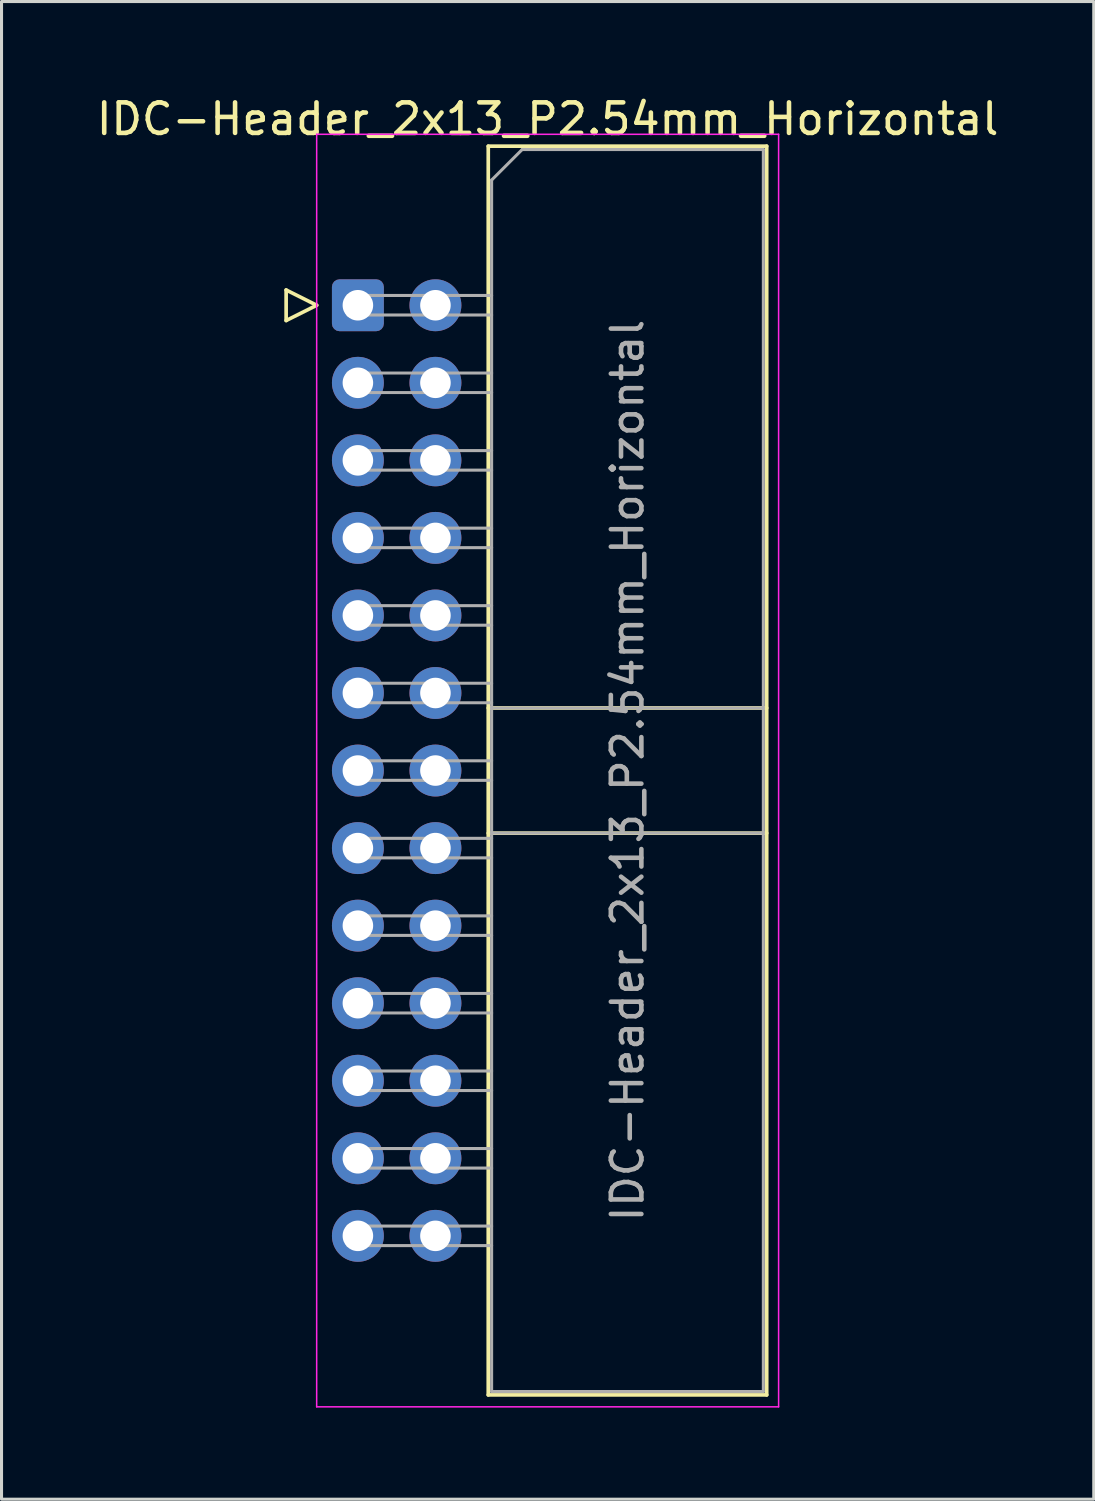
<source format=kicad_pcb>
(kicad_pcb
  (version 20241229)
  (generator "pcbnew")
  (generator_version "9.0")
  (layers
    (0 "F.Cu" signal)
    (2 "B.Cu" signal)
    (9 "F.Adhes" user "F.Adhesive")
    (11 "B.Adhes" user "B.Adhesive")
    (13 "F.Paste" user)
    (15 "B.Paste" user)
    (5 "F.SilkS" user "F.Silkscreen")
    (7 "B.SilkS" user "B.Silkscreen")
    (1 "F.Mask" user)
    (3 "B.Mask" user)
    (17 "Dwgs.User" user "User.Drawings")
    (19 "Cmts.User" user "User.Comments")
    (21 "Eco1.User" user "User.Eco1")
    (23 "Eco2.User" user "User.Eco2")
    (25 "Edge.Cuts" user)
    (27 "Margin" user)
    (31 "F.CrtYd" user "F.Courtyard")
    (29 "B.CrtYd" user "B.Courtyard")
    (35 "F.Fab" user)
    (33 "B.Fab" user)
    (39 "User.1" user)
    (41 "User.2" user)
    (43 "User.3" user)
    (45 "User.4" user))
  (footprint "IDC-Header_2x13_P2.54mm_Horizontal"
    (layer "F.Cu")
    (at 8.672 6.948)
    (property "Reference" "IDC-Header_2x13_P2.54mm_Horizontal" (at 6.215 -6.1 0) (layer "F.SilkS") (effects (font (size 1 1) (thickness 0.15))))
    (attr through_hole)
    (fp_line (start -2.35 -0.5) (end -2.35 0.5) (stroke (width 0.12) (type solid)) (layer "F.SilkS"))
    (fp_line (start -2.35 0.5) (end -1.35 0) (stroke (width 0.12) (type solid)) (layer "F.SilkS"))
    (fp_line (start -1.35 0) (end -2.35 -0.5) (stroke (width 0.12) (type solid)) (layer "F.SilkS"))
    (fp_line (start 4.27 -5.21) (end 13.39 -5.21) (stroke (width 0.12) (type solid)) (layer "F.SilkS"))
    (fp_line (start 4.27 13.19) (end 13.39 13.19) (stroke (width 0.12) (type solid)) (layer "F.SilkS"))
    (fp_line (start 4.27 17.29) (end 13.39 17.29) (stroke (width 0.12) (type solid)) (layer "F.SilkS"))
    (fp_line (start 4.27 35.69) (end 4.27 -5.21) (stroke (width 0.12) (type solid)) (layer "F.SilkS"))
    (fp_line (start 13.39 -5.21) (end 13.39 35.69) (stroke (width 0.12) (type solid)) (layer "F.SilkS"))
    (fp_line (start 13.39 35.69) (end 4.27 35.69) (stroke (width 0.12) (type solid)) (layer "F.SilkS"))
    (fp_line (start -1.35 -5.6) (end -1.35 36.08) (stroke (width 0.05) (type solid)) (layer "F.CrtYd"))
    (fp_line (start -1.35 36.08) (end 13.78 36.08) (stroke (width 0.05) (type solid)) (layer "F.CrtYd"))
    (fp_line (start 13.78 -5.6) (end -1.35 -5.6) (stroke (width 0.05) (type solid)) (layer "F.CrtYd"))
    (fp_line (start 13.78 36.08) (end 13.78 -5.6) (stroke (width 0.05) (type solid)) (layer "F.CrtYd"))
    (fp_line (start -0.32 -0.32) (end -0.32 0.32) (stroke (width 0.1) (type solid)) (layer "F.Fab"))
    (fp_line (start -0.32 0.32) (end 4.38 0.32) (stroke (width 0.1) (type solid)) (layer "F.Fab"))
    (fp_line (start -0.32 2.22) (end -0.32 2.86) (stroke (width 0.1) (type solid)) (layer "F.Fab"))
    (fp_line (start -0.32 2.86) (end 4.38 2.86) (stroke (width 0.1) (type solid)) (layer "F.Fab"))
    (fp_line (start -0.32 4.76) (end -0.32 5.4) (stroke (width 0.1) (type solid)) (layer "F.Fab"))
    (fp_line (start -0.32 5.4) (end 4.38 5.4) (stroke (width 0.1) (type solid)) (layer "F.Fab"))
    (fp_line (start -0.32 7.3) (end -0.32 7.94) (stroke (width 0.1) (type solid)) (layer "F.Fab"))
    (fp_line (start -0.32 7.94) (end 4.38 7.94) (stroke (width 0.1) (type solid)) (layer "F.Fab"))
    (fp_line (start -0.32 9.84) (end -0.32 10.48) (stroke (width 0.1) (type solid)) (layer "F.Fab"))
    (fp_line (start -0.32 10.48) (end 4.38 10.48) (stroke (width 0.1) (type solid)) (layer "F.Fab"))
    (fp_line (start -0.32 12.38) (end -0.32 13.02) (stroke (width 0.1) (type solid)) (layer "F.Fab"))
    (fp_line (start -0.32 13.02) (end 4.38 13.02) (stroke (width 0.1) (type solid)) (layer "F.Fab"))
    (fp_line (start -0.32 14.92) (end -0.32 15.56) (stroke (width 0.1) (type solid)) (layer "F.Fab"))
    (fp_line (start -0.32 15.56) (end 4.38 15.56) (stroke (width 0.1) (type solid)) (layer "F.Fab"))
    (fp_line (start -0.32 17.46) (end -0.32 18.1) (stroke (width 0.1) (type solid)) (layer "F.Fab"))
    (fp_line (start -0.32 18.1) (end 4.38 18.1) (stroke (width 0.1) (type solid)) (layer "F.Fab"))
    (fp_line (start -0.32 20) (end -0.32 20.64) (stroke (width 0.1) (type solid)) (layer "F.Fab"))
    (fp_line (start -0.32 20.64) (end 4.38 20.64) (stroke (width 0.1) (type solid)) (layer "F.Fab"))
    (fp_line (start -0.32 22.54) (end -0.32 23.18) (stroke (width 0.1) (type solid)) (layer "F.Fab"))
    (fp_line (start -0.32 23.18) (end 4.38 23.18) (stroke (width 0.1) (type solid)) (layer "F.Fab"))
    (fp_line (start -0.32 25.08) (end -0.32 25.72) (stroke (width 0.1) (type solid)) (layer "F.Fab"))
    (fp_line (start -0.32 25.72) (end 4.38 25.72) (stroke (width 0.1) (type solid)) (layer "F.Fab"))
    (fp_line (start -0.32 27.62) (end -0.32 28.26) (stroke (width 0.1) (type solid)) (layer "F.Fab"))
    (fp_line (start -0.32 28.26) (end 4.38 28.26) (stroke (width 0.1) (type solid)) (layer "F.Fab"))
    (fp_line (start -0.32 30.16) (end -0.32 30.8) (stroke (width 0.1) (type solid)) (layer "F.Fab"))
    (fp_line (start -0.32 30.8) (end 4.38 30.8) (stroke (width 0.1) (type solid)) (layer "F.Fab"))
    (fp_line (start 4.38 -4.1) (end 5.38 -5.1) (stroke (width 0.1) (type solid)) (layer "F.Fab"))
    (fp_line (start 4.38 -0.32) (end -0.32 -0.32) (stroke (width 0.1) (type solid)) (layer "F.Fab"))
    (fp_line (start 4.38 2.22) (end -0.32 2.22) (stroke (width 0.1) (type solid)) (layer "F.Fab"))
    (fp_line (start 4.38 4.76) (end -0.32 4.76) (stroke (width 0.1) (type solid)) (layer "F.Fab"))
    (fp_line (start 4.38 7.3) (end -0.32 7.3) (stroke (width 0.1) (type solid)) (layer "F.Fab"))
    (fp_line (start 4.38 9.84) (end -0.32 9.84) (stroke (width 0.1) (type solid)) (layer "F.Fab"))
    (fp_line (start 4.38 12.38) (end -0.32 12.38) (stroke (width 0.1) (type solid)) (layer "F.Fab"))
    (fp_line (start 4.38 13.19) (end 13.28 13.19) (stroke (width 0.1) (type solid)) (layer "F.Fab"))
    (fp_line (start 4.38 14.92) (end -0.32 14.92) (stroke (width 0.1) (type solid)) (layer "F.Fab"))
    (fp_line (start 4.38 17.29) (end 13.28 17.29) (stroke (width 0.1) (type solid)) (layer "F.Fab"))
    (fp_line (start 4.38 17.46) (end -0.32 17.46) (stroke (width 0.1) (type solid)) (layer "F.Fab"))
    (fp_line (start 4.38 20) (end -0.32 20) (stroke (width 0.1) (type solid)) (layer "F.Fab"))
    (fp_line (start 4.38 22.54) (end -0.32 22.54) (stroke (width 0.1) (type solid)) (layer "F.Fab"))
    (fp_line (start 4.38 25.08) (end -0.32 25.08) (stroke (width 0.1) (type solid)) (layer "F.Fab"))
    (fp_line (start 4.38 27.62) (end -0.32 27.62) (stroke (width 0.1) (type solid)) (layer "F.Fab"))
    (fp_line (start 4.38 30.16) (end -0.32 30.16) (stroke (width 0.1) (type solid)) (layer "F.Fab"))
    (fp_line (start 4.38 35.58) (end 4.38 -4.1) (stroke (width 0.1) (type solid)) (layer "F.Fab"))
    (fp_line (start 5.38 -5.1) (end 13.28 -5.1) (stroke (width 0.1) (type solid)) (layer "F.Fab"))
    (fp_line (start 13.28 -5.1) (end 13.28 35.58) (stroke (width 0.1) (type solid)) (layer "F.Fab"))
    (fp_line (start 13.28 35.58) (end 4.38 35.58) (stroke (width 0.1) (type solid)) (layer "F.Fab"))
    (fp_text user "${REFERENCE}" (at 8.83 15.24 90) (layer "F.Fab") (effects (font (size 1 1) (thickness 0.15))))
    (pad "1" thru_hole roundrect (at 0 0) (size 1.7 1.7) (drill 1) (layers "*.Cu" "*.Mask") (roundrect_rratio 0.147))
    (pad "2" thru_hole circle (at 2.54 0) (size 1.7 1.7) (drill 1) (layers "*.Cu" "*.Mask"))
    (pad "3" thru_hole circle (at 0 2.54) (size 1.7 1.7) (drill 1) (layers "*.Cu" "*.Mask"))
    (pad "4" thru_hole circle (at 2.54 2.54) (size 1.7 1.7) (drill 1) (layers "*.Cu" "*.Mask"))
    (pad "5" thru_hole circle (at 0 5.08) (size 1.7 1.7) (drill 1) (layers "*.Cu" "*.Mask"))
    (pad "6" thru_hole circle (at 2.54 5.08) (size 1.7 1.7) (drill 1) (layers "*.Cu" "*.Mask"))
    (pad "7" thru_hole circle (at 0 7.62) (size 1.7 1.7) (drill 1) (layers "*.Cu" "*.Mask"))
    (pad "8" thru_hole circle (at 2.54 7.62) (size 1.7 1.7) (drill 1) (layers "*.Cu" "*.Mask"))
    (pad "9" thru_hole circle (at 0 10.16) (size 1.7 1.7) (drill 1) (layers "*.Cu" "*.Mask"))
    (pad "10" thru_hole circle (at 2.54 10.16) (size 1.7 1.7) (drill 1) (layers "*.Cu" "*.Mask"))
    (pad "11" thru_hole circle (at 0 12.7) (size 1.7 1.7) (drill 1) (layers "*.Cu" "*.Mask"))
    (pad "12" thru_hole circle (at 2.54 12.7) (size 1.7 1.7) (drill 1) (layers "*.Cu" "*.Mask"))
    (pad "13" thru_hole circle (at 0 15.24) (size 1.7 1.7) (drill 1) (layers "*.Cu" "*.Mask"))
    (pad "14" thru_hole circle (at 2.54 15.24) (size 1.7 1.7) (drill 1) (layers "*.Cu" "*.Mask"))
    (pad "15" thru_hole circle (at 0 17.78) (size 1.7 1.7) (drill 1) (layers "*.Cu" "*.Mask"))
    (pad "16" thru_hole circle (at 2.54 17.78) (size 1.7 1.7) (drill 1) (layers "*.Cu" "*.Mask"))
    (pad "17" thru_hole circle (at 0 20.32) (size 1.7 1.7) (drill 1) (layers "*.Cu" "*.Mask"))
    (pad "18" thru_hole circle (at 2.54 20.32) (size 1.7 1.7) (drill 1) (layers "*.Cu" "*.Mask"))
    (pad "19" thru_hole circle (at 0 22.86) (size 1.7 1.7) (drill 1) (layers "*.Cu" "*.Mask"))
    (pad "20" thru_hole circle (at 2.54 22.86) (size 1.7 1.7) (drill 1) (layers "*.Cu" "*.Mask"))
    (pad "21" thru_hole circle (at 0 25.4) (size 1.7 1.7) (drill 1) (layers "*.Cu" "*.Mask"))
    (pad "22" thru_hole circle (at 2.54 25.4) (size 1.7 1.7) (drill 1) (layers "*.Cu" "*.Mask"))
    (pad "23" thru_hole circle (at 0 27.94) (size 1.7 1.7) (drill 1) (layers "*.Cu" "*.Mask"))
    (pad "24" thru_hole circle (at 2.54 27.94) (size 1.7 1.7) (drill 1) (layers "*.Cu" "*.Mask"))
    (pad "25" thru_hole circle (at 0 30.48) (size 1.7 1.7) (drill 1) (layers "*.Cu" "*.Mask"))
    (pad "26" thru_hole circle (at 2.54 30.48) (size 1.7 1.7) (drill 1) (layers "*.Cu" "*.Mask")))
  (gr_rect
    (start -3 -3)
    (end 32.774 46.053)
    (stroke (width 0.1) (type default))
    (fill no)
    (layer "Edge.Cuts")))
</source>
